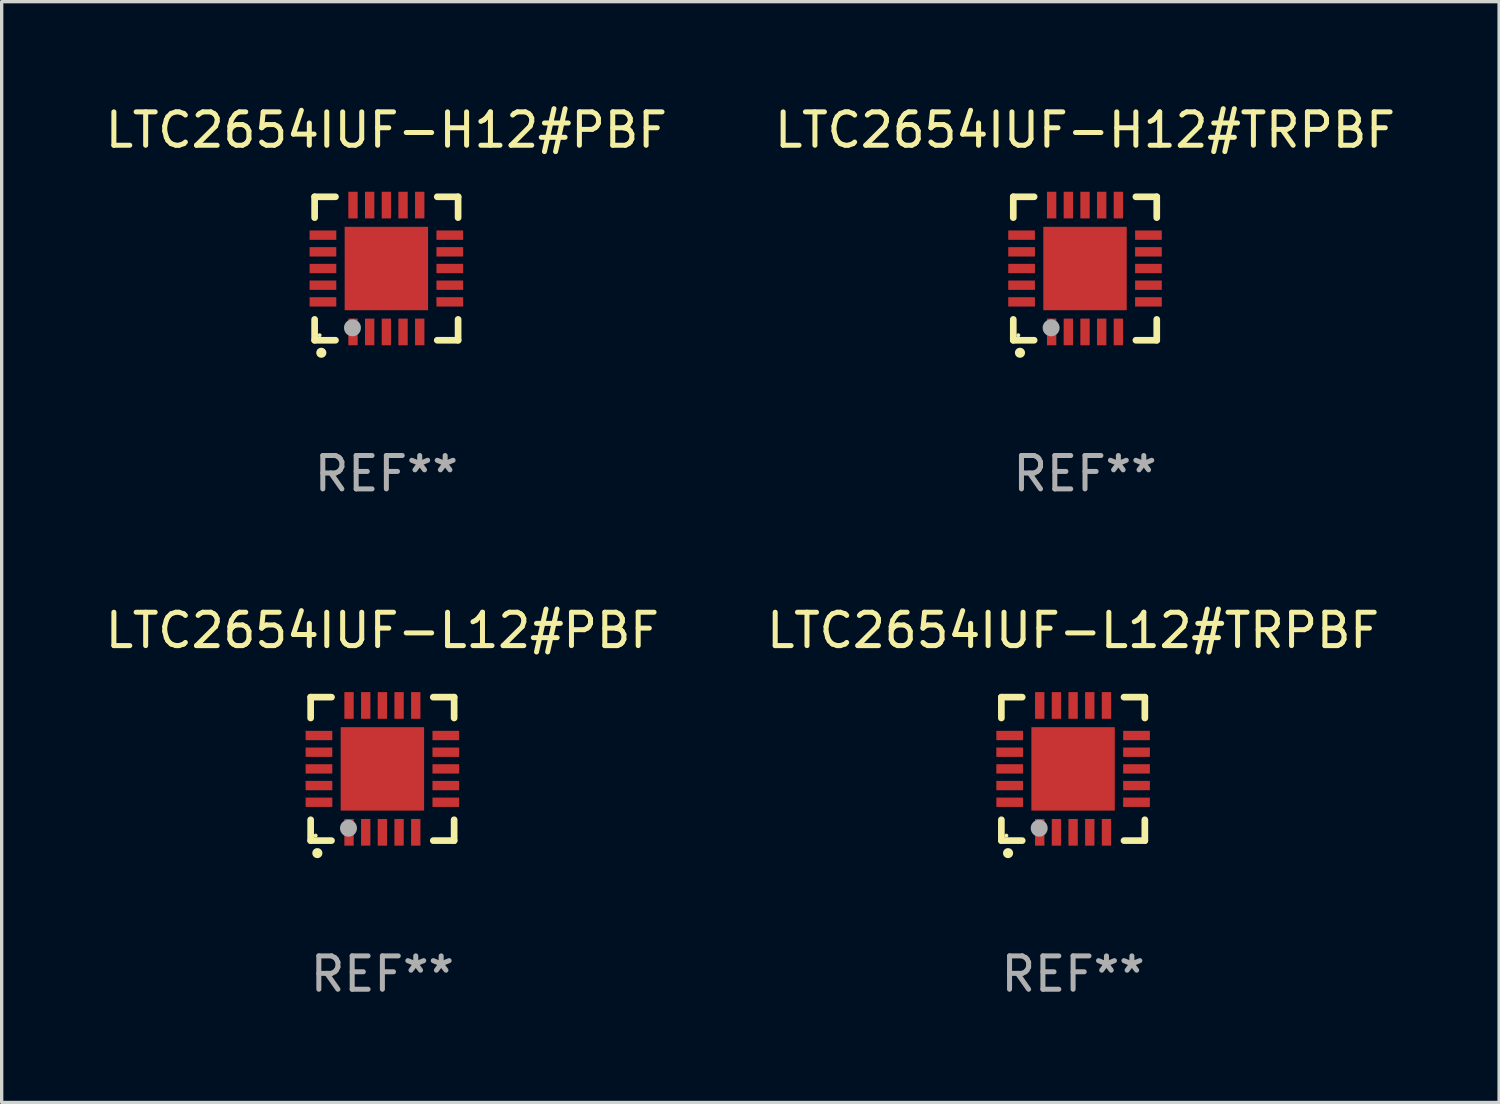
<source format=kicad_pcb>
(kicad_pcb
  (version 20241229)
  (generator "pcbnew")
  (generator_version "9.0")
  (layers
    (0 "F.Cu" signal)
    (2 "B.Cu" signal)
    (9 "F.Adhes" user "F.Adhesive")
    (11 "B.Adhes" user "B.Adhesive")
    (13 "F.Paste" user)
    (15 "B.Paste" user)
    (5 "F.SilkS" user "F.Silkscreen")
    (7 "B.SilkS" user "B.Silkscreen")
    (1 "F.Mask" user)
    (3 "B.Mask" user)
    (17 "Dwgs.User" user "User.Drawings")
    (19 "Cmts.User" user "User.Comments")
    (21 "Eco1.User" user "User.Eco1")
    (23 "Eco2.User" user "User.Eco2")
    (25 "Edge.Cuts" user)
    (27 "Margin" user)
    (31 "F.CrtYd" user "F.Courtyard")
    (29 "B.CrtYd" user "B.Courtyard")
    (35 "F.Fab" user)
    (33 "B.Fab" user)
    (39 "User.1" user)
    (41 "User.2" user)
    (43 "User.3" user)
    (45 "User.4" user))
  (footprint "LTC2654IUF-H12#PBF"
    (layer "F.Cu")
    (at 8.53 4.998)
    (property "Reference" "LTC2654IUF-H12#PBF" (at 0 -4.15 0) (layer "F.SilkS") (effects (font (size 1 1) (thickness 0.15))))
    (attr through_hole)
    (fp_line (start -2.15 -2.15) (end -2.15 -1.525) (stroke (width 0.2) (type solid)) (layer "F.SilkS"))
    (fp_line (start -2.15 2.15) (end -2.15 1.525) (stroke (width 0.2) (type solid)) (layer "F.SilkS"))
    (fp_line (start -1.525 -2.15) (end -2.15 -2.15) (stroke (width 0.2) (type solid)) (layer "F.SilkS"))
    (fp_line (start -1.525 2.15) (end -2.15 2.15) (stroke (width 0.2) (type solid)) (layer "F.SilkS"))
    (fp_line (start 1.525 2.15) (end 2.15 2.15) (stroke (width 0.2) (type solid)) (layer "F.SilkS"))
    (fp_line (start 2.15 -2.15) (end 1.525 -2.15) (stroke (width 0.2) (type solid)) (layer "F.SilkS"))
    (fp_line (start 2.15 -1.525) (end 2.15 -2.15) (stroke (width 0.2) (type solid)) (layer "F.SilkS"))
    (fp_line (start 2.15 2.15) (end 2.15 1.525) (stroke (width 0.2) (type solid)) (layer "F.SilkS"))
    (fp_arc (start -1.950724 2.524765) (mid -1.949454 2.52476) (end -1.948184 2.524765) (stroke (width 0.3) (type solid)) (layer "F.SilkS"))
    (fp_circle (center -2.001 2.001) (end -1.971 2.001) (stroke (width 0.06) (type solid)) (fill no) (layer "F.SilkS"))
    (fp_circle (center -1.016 1.778) (end -0.889 1.778) (stroke (width 0.254) (type solid)) (fill no) (layer "F.Fab"))
    (fp_text user "REF**" (at 0 6.15 0) (layer "F.Fab") (effects (font (size 1 1) (thickness 0.15))))
    (pad "1" smd rect (at -1 1.901) (size 0.28 0.8) (layers "F.Cu" "F.Mask" "F.Paste"))
    (pad "2" smd rect (at -0.5 1.901) (size 0.28 0.8) (layers "F.Cu" "F.Mask" "F.Paste"))
    (pad "3" smd rect (at 0 1.901) (size 0.28 0.8) (layers "F.Cu" "F.Mask" "F.Paste"))
    (pad "4" smd rect (at 0.5 1.901) (size 0.28 0.8) (layers "F.Cu" "F.Mask" "F.Paste"))
    (pad "5" smd rect (at 1 1.901) (size 0.28 0.8) (layers "F.Cu" "F.Mask" "F.Paste"))
    (pad "6" smd rect (at 1.901 1) (size 0.8 0.28) (layers "F.Cu" "F.Mask" "F.Paste"))
    (pad "7" smd rect (at 1.901 0.5) (size 0.8 0.28) (layers "F.Cu" "F.Mask" "F.Paste"))
    (pad "8" smd rect (at 1.901 0) (size 0.8 0.28) (layers "F.Cu" "F.Mask" "F.Paste"))
    (pad "9" smd rect (at 1.901 -0.5) (size 0.8 0.28) (layers "F.Cu" "F.Mask" "F.Paste"))
    (pad "10" smd rect (at 1.901 -1) (size 0.8 0.28) (layers "F.Cu" "F.Mask" "F.Paste"))
    (pad "11" smd rect (at 1 -1.901) (size 0.28 0.8) (layers "F.Cu" "F.Mask" "F.Paste"))
    (pad "12" smd rect (at 0.5 -1.901) (size 0.28 0.8) (layers "F.Cu" "F.Mask" "F.Paste"))
    (pad "13" smd rect (at 0 -1.901) (size 0.28 0.8) (layers "F.Cu" "F.Mask" "F.Paste"))
    (pad "14" smd rect (at -0.5 -1.901) (size 0.28 0.8) (layers "F.Cu" "F.Mask" "F.Paste"))
    (pad "15" smd rect (at -1 -1.901) (size 0.28 0.8) (layers "F.Cu" "F.Mask" "F.Paste"))
    (pad "16" smd rect (at -1.901 -1) (size 0.8 0.28) (layers "F.Cu" "F.Mask" "F.Paste"))
    (pad "17" smd rect (at -1.901 -0.5) (size 0.8 0.28) (layers "F.Cu" "F.Mask" "F.Paste"))
    (pad "18" smd rect (at -1.901 0) (size 0.8 0.28) (layers "F.Cu" "F.Mask" "F.Paste"))
    (pad "19" smd rect (at -1.901 0.5) (size 0.8 0.28) (layers "F.Cu" "F.Mask" "F.Paste"))
    (pad "20" smd rect (at -1.901 1) (size 0.8 0.28) (layers "F.Cu" "F.Mask" "F.Paste"))
    (pad "21" smd rect (at 0 0) (size 2.5 2.5) (layers "F.Cu" "F.Mask" "F.Paste")))
  (footprint "LTC2654IUF-H12#TRPBF"
    (layer "F.Cu")
    (at 29.47 4.998)
    (property "Reference" "LTC2654IUF-H12#TRPBF" (at 0 -4.15 0) (layer "F.SilkS") (effects (font (size 1 1) (thickness 0.15))))
    (attr through_hole)
    (fp_line (start -2.15 -2.15) (end -2.15 -1.525) (stroke (width 0.2) (type solid)) (layer "F.SilkS"))
    (fp_line (start -2.15 2.15) (end -2.15 1.525) (stroke (width 0.2) (type solid)) (layer "F.SilkS"))
    (fp_line (start -1.525 -2.15) (end -2.15 -2.15) (stroke (width 0.2) (type solid)) (layer "F.SilkS"))
    (fp_line (start -1.525 2.15) (end -2.15 2.15) (stroke (width 0.2) (type solid)) (layer "F.SilkS"))
    (fp_line (start 1.525 2.15) (end 2.15 2.15) (stroke (width 0.2) (type solid)) (layer "F.SilkS"))
    (fp_line (start 2.15 -2.15) (end 1.525 -2.15) (stroke (width 0.2) (type solid)) (layer "F.SilkS"))
    (fp_line (start 2.15 -1.525) (end 2.15 -2.15) (stroke (width 0.2) (type solid)) (layer "F.SilkS"))
    (fp_line (start 2.15 2.15) (end 2.15 1.525) (stroke (width 0.2) (type solid)) (layer "F.SilkS"))
    (fp_arc (start -1.950724 2.524765) (mid -1.949454 2.52476) (end -1.948184 2.524765) (stroke (width 0.3) (type solid)) (layer "F.SilkS"))
    (fp_circle (center -2.001 2.001) (end -1.971 2.001) (stroke (width 0.06) (type solid)) (fill no) (layer "F.SilkS"))
    (fp_circle (center -1.016 1.778) (end -0.889 1.778) (stroke (width 0.254) (type solid)) (fill no) (layer "F.Fab"))
    (fp_text user "REF**" (at 0 6.15 0) (layer "F.Fab") (effects (font (size 1 1) (thickness 0.15))))
    (pad "1" smd rect (at -1 1.901) (size 0.28 0.8) (layers "F.Cu" "F.Mask" "F.Paste"))
    (pad "2" smd rect (at -0.5 1.901) (size 0.28 0.8) (layers "F.Cu" "F.Mask" "F.Paste"))
    (pad "3" smd rect (at 0 1.901) (size 0.28 0.8) (layers "F.Cu" "F.Mask" "F.Paste"))
    (pad "4" smd rect (at 0.5 1.901) (size 0.28 0.8) (layers "F.Cu" "F.Mask" "F.Paste"))
    (pad "5" smd rect (at 1 1.901) (size 0.28 0.8) (layers "F.Cu" "F.Mask" "F.Paste"))
    (pad "6" smd rect (at 1.901 1) (size 0.8 0.28) (layers "F.Cu" "F.Mask" "F.Paste"))
    (pad "7" smd rect (at 1.901 0.5) (size 0.8 0.28) (layers "F.Cu" "F.Mask" "F.Paste"))
    (pad "8" smd rect (at 1.901 0) (size 0.8 0.28) (layers "F.Cu" "F.Mask" "F.Paste"))
    (pad "9" smd rect (at 1.901 -0.5) (size 0.8 0.28) (layers "F.Cu" "F.Mask" "F.Paste"))
    (pad "10" smd rect (at 1.901 -1) (size 0.8 0.28) (layers "F.Cu" "F.Mask" "F.Paste"))
    (pad "11" smd rect (at 1 -1.901) (size 0.28 0.8) (layers "F.Cu" "F.Mask" "F.Paste"))
    (pad "12" smd rect (at 0.5 -1.901) (size 0.28 0.8) (layers "F.Cu" "F.Mask" "F.Paste"))
    (pad "13" smd rect (at 0 -1.901) (size 0.28 0.8) (layers "F.Cu" "F.Mask" "F.Paste"))
    (pad "14" smd rect (at -0.5 -1.901) (size 0.28 0.8) (layers "F.Cu" "F.Mask" "F.Paste"))
    (pad "15" smd rect (at -1 -1.901) (size 0.28 0.8) (layers "F.Cu" "F.Mask" "F.Paste"))
    (pad "16" smd rect (at -1.901 -1) (size 0.8 0.28) (layers "F.Cu" "F.Mask" "F.Paste"))
    (pad "17" smd rect (at -1.901 -0.5) (size 0.8 0.28) (layers "F.Cu" "F.Mask" "F.Paste"))
    (pad "18" smd rect (at -1.901 0) (size 0.8 0.28) (layers "F.Cu" "F.Mask" "F.Paste"))
    (pad "19" smd rect (at -1.901 0.5) (size 0.8 0.28) (layers "F.Cu" "F.Mask" "F.Paste"))
    (pad "20" smd rect (at -1.901 1) (size 0.8 0.28) (layers "F.Cu" "F.Mask" "F.Paste"))
    (pad "21" smd rect (at 0 0) (size 2.5 2.5) (layers "F.Cu" "F.Mask" "F.Paste")))
  (footprint "LTC2654IUF-L12#PBF"
    (layer "F.Cu")
    (at 8.411 19.995)
    (property "Reference" "LTC2654IUF-L12#PBF" (at 0 -4.15 0) (layer "F.SilkS") (effects (font (size 1 1) (thickness 0.15))))
    (attr through_hole)
    (fp_line (start -2.15 -2.15) (end -2.15 -1.525) (stroke (width 0.2) (type solid)) (layer "F.SilkS"))
    (fp_line (start -2.15 2.15) (end -2.15 1.525) (stroke (width 0.2) (type solid)) (layer "F.SilkS"))
    (fp_line (start -1.525 -2.15) (end -2.15 -2.15) (stroke (width 0.2) (type solid)) (layer "F.SilkS"))
    (fp_line (start -1.525 2.15) (end -2.15 2.15) (stroke (width 0.2) (type solid)) (layer "F.SilkS"))
    (fp_line (start 1.525 2.15) (end 2.15 2.15) (stroke (width 0.2) (type solid)) (layer "F.SilkS"))
    (fp_line (start 2.15 -2.15) (end 1.525 -2.15) (stroke (width 0.2) (type solid)) (layer "F.SilkS"))
    (fp_line (start 2.15 -1.525) (end 2.15 -2.15) (stroke (width 0.2) (type solid)) (layer "F.SilkS"))
    (fp_line (start 2.15 2.15) (end 2.15 1.525) (stroke (width 0.2) (type solid)) (layer "F.SilkS"))
    (fp_arc (start -1.950724 2.524765) (mid -1.949454 2.52476) (end -1.948184 2.524765) (stroke (width 0.3) (type solid)) (layer "F.SilkS"))
    (fp_circle (center -2.001 2.001) (end -1.971 2.001) (stroke (width 0.06) (type solid)) (fill no) (layer "F.SilkS"))
    (fp_circle (center -1.016 1.778) (end -0.889 1.778) (stroke (width 0.254) (type solid)) (fill no) (layer "F.Fab"))
    (fp_text user "REF**" (at 0 6.15 0) (layer "F.Fab") (effects (font (size 1 1) (thickness 0.15))))
    (pad "1" smd rect (at -1 1.901) (size 0.28 0.8) (layers "F.Cu" "F.Mask" "F.Paste"))
    (pad "2" smd rect (at -0.5 1.901) (size 0.28 0.8) (layers "F.Cu" "F.Mask" "F.Paste"))
    (pad "3" smd rect (at 0 1.901) (size 0.28 0.8) (layers "F.Cu" "F.Mask" "F.Paste"))
    (pad "4" smd rect (at 0.5 1.901) (size 0.28 0.8) (layers "F.Cu" "F.Mask" "F.Paste"))
    (pad "5" smd rect (at 1 1.901) (size 0.28 0.8) (layers "F.Cu" "F.Mask" "F.Paste"))
    (pad "6" smd rect (at 1.901 1) (size 0.8 0.28) (layers "F.Cu" "F.Mask" "F.Paste"))
    (pad "7" smd rect (at 1.901 0.5) (size 0.8 0.28) (layers "F.Cu" "F.Mask" "F.Paste"))
    (pad "8" smd rect (at 1.901 0) (size 0.8 0.28) (layers "F.Cu" "F.Mask" "F.Paste"))
    (pad "9" smd rect (at 1.901 -0.5) (size 0.8 0.28) (layers "F.Cu" "F.Mask" "F.Paste"))
    (pad "10" smd rect (at 1.901 -1) (size 0.8 0.28) (layers "F.Cu" "F.Mask" "F.Paste"))
    (pad "11" smd rect (at 1 -1.901) (size 0.28 0.8) (layers "F.Cu" "F.Mask" "F.Paste"))
    (pad "12" smd rect (at 0.5 -1.901) (size 0.28 0.8) (layers "F.Cu" "F.Mask" "F.Paste"))
    (pad "13" smd rect (at 0 -1.901) (size 0.28 0.8) (layers "F.Cu" "F.Mask" "F.Paste"))
    (pad "14" smd rect (at -0.5 -1.901) (size 0.28 0.8) (layers "F.Cu" "F.Mask" "F.Paste"))
    (pad "15" smd rect (at -1 -1.901) (size 0.28 0.8) (layers "F.Cu" "F.Mask" "F.Paste"))
    (pad "16" smd rect (at -1.901 -1) (size 0.8 0.28) (layers "F.Cu" "F.Mask" "F.Paste"))
    (pad "17" smd rect (at -1.901 -0.5) (size 0.8 0.28) (layers "F.Cu" "F.Mask" "F.Paste"))
    (pad "18" smd rect (at -1.901 0) (size 0.8 0.28) (layers "F.Cu" "F.Mask" "F.Paste"))
    (pad "19" smd rect (at -1.901 0.5) (size 0.8 0.28) (layers "F.Cu" "F.Mask" "F.Paste"))
    (pad "20" smd rect (at -1.901 1) (size 0.8 0.28) (layers "F.Cu" "F.Mask" "F.Paste"))
    (pad "21" smd rect (at 0 0) (size 2.5 2.5) (layers "F.Cu" "F.Mask" "F.Paste")))
  (footprint "LTC2654IUF-L12#TRPBF"
    (layer "F.Cu")
    (at 29.113 19.995)
    (property "Reference" "LTC2654IUF-L12#TRPBF" (at 0 -4.15 0) (layer "F.SilkS") (effects (font (size 1 1) (thickness 0.15))))
    (attr through_hole)
    (fp_line (start -2.15 -2.15) (end -2.15 -1.525) (stroke (width 0.2) (type solid)) (layer "F.SilkS"))
    (fp_line (start -2.15 2.15) (end -2.15 1.525) (stroke (width 0.2) (type solid)) (layer "F.SilkS"))
    (fp_line (start -1.525 -2.15) (end -2.15 -2.15) (stroke (width 0.2) (type solid)) (layer "F.SilkS"))
    (fp_line (start -1.525 2.15) (end -2.15 2.15) (stroke (width 0.2) (type solid)) (layer "F.SilkS"))
    (fp_line (start 1.525 2.15) (end 2.15 2.15) (stroke (width 0.2) (type solid)) (layer "F.SilkS"))
    (fp_line (start 2.15 -2.15) (end 1.525 -2.15) (stroke (width 0.2) (type solid)) (layer "F.SilkS"))
    (fp_line (start 2.15 -1.525) (end 2.15 -2.15) (stroke (width 0.2) (type solid)) (layer "F.SilkS"))
    (fp_line (start 2.15 2.15) (end 2.15 1.525) (stroke (width 0.2) (type solid)) (layer "F.SilkS"))
    (fp_arc (start -1.950724 2.524765) (mid -1.949454 2.52476) (end -1.948184 2.524765) (stroke (width 0.3) (type solid)) (layer "F.SilkS"))
    (fp_circle (center -2.001 2.001) (end -1.971 2.001) (stroke (width 0.06) (type solid)) (fill no) (layer "F.SilkS"))
    (fp_circle (center -1.016 1.778) (end -0.889 1.778) (stroke (width 0.254) (type solid)) (fill no) (layer "F.Fab"))
    (fp_text user "REF**" (at 0 6.15 0) (layer "F.Fab") (effects (font (size 1 1) (thickness 0.15))))
    (pad "1" smd rect (at -1 1.901) (size 0.28 0.8) (layers "F.Cu" "F.Mask" "F.Paste"))
    (pad "2" smd rect (at -0.5 1.901) (size 0.28 0.8) (layers "F.Cu" "F.Mask" "F.Paste"))
    (pad "3" smd rect (at 0 1.901) (size 0.28 0.8) (layers "F.Cu" "F.Mask" "F.Paste"))
    (pad "4" smd rect (at 0.5 1.901) (size 0.28 0.8) (layers "F.Cu" "F.Mask" "F.Paste"))
    (pad "5" smd rect (at 1 1.901) (size 0.28 0.8) (layers "F.Cu" "F.Mask" "F.Paste"))
    (pad "6" smd rect (at 1.901 1) (size 0.8 0.28) (layers "F.Cu" "F.Mask" "F.Paste"))
    (pad "7" smd rect (at 1.901 0.5) (size 0.8 0.28) (layers "F.Cu" "F.Mask" "F.Paste"))
    (pad "8" smd rect (at 1.901 0) (size 0.8 0.28) (layers "F.Cu" "F.Mask" "F.Paste"))
    (pad "9" smd rect (at 1.901 -0.5) (size 0.8 0.28) (layers "F.Cu" "F.Mask" "F.Paste"))
    (pad "10" smd rect (at 1.901 -1) (size 0.8 0.28) (layers "F.Cu" "F.Mask" "F.Paste"))
    (pad "11" smd rect (at 1 -1.901) (size 0.28 0.8) (layers "F.Cu" "F.Mask" "F.Paste"))
    (pad "12" smd rect (at 0.5 -1.901) (size 0.28 0.8) (layers "F.Cu" "F.Mask" "F.Paste"))
    (pad "13" smd rect (at 0 -1.901) (size 0.28 0.8) (layers "F.Cu" "F.Mask" "F.Paste"))
    (pad "14" smd rect (at -0.5 -1.901) (size 0.28 0.8) (layers "F.Cu" "F.Mask" "F.Paste"))
    (pad "15" smd rect (at -1 -1.901) (size 0.28 0.8) (layers "F.Cu" "F.Mask" "F.Paste"))
    (pad "16" smd rect (at -1.901 -1) (size 0.8 0.28) (layers "F.Cu" "F.Mask" "F.Paste"))
    (pad "17" smd rect (at -1.901 -0.5) (size 0.8 0.28) (layers "F.Cu" "F.Mask" "F.Paste"))
    (pad "18" smd rect (at -1.901 0) (size 0.8 0.28) (layers "F.Cu" "F.Mask" "F.Paste"))
    (pad "19" smd rect (at -1.901 0.5) (size 0.8 0.28) (layers "F.Cu" "F.Mask" "F.Paste"))
    (pad "20" smd rect (at -1.901 1) (size 0.8 0.28) (layers "F.Cu" "F.Mask" "F.Paste"))
    (pad "21" smd rect (at 0 0) (size 2.5 2.5) (layers "F.Cu" "F.Mask" "F.Paste")))
  (gr_rect
    (start -3 -3)
    (end 41.881 29.993)
    (stroke (width 0.1) (type default))
    (fill no)
    (layer "Edge.Cuts")))
</source>
